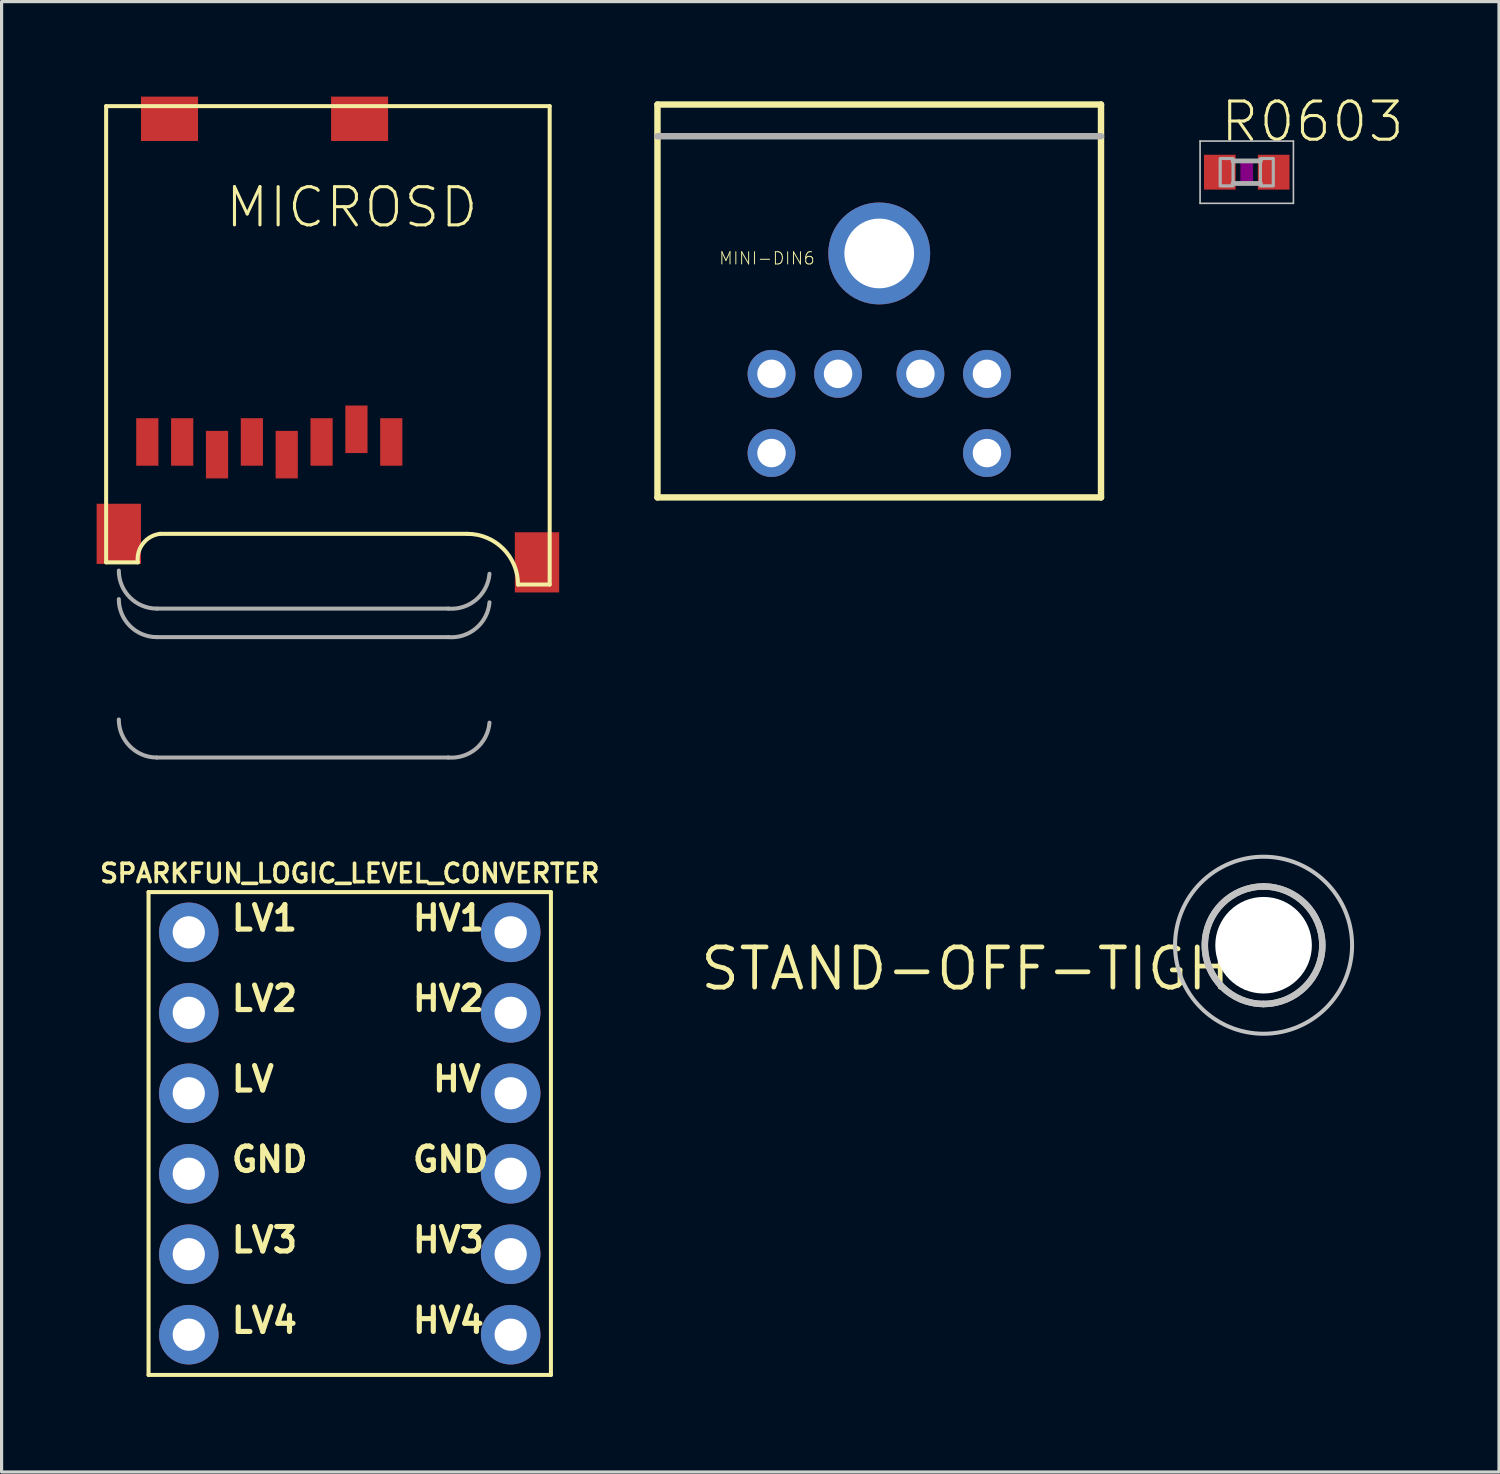
<source format=kicad_pcb>
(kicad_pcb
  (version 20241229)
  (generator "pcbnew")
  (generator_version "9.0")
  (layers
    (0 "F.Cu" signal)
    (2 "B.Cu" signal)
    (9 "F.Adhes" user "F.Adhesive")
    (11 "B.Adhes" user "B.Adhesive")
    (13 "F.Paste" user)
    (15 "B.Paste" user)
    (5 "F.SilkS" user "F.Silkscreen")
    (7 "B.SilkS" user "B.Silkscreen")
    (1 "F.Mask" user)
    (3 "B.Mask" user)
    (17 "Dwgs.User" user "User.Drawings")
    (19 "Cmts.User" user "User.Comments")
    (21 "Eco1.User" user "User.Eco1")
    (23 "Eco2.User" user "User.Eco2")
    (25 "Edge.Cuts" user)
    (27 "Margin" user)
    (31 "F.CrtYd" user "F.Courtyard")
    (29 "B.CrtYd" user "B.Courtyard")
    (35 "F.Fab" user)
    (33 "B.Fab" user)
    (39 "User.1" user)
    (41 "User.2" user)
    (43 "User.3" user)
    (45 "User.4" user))
  (footprint "SPARKFUN_LOGIC_LEVEL_CONVERTER"
    (layer "F.Cu")
    (at 7.989 32.728)
    (property "Reference" "SPARKFUN_LOGIC_LEVEL_CONVERTER" (at 0 -7.874 0) (layer "F.SilkS") (effects (font (size 0.579 0.579) (thickness 0.116)) (justify bottom)))
    (attr through_hole)
    (fp_line (start -6.35 -7.62) (end 6.35 -7.62) (stroke (width 0.127) (type solid)) (layer "F.SilkS"))
    (fp_line (start -6.35 7.62) (end -6.35 -7.62) (stroke (width 0.127) (type solid)) (layer "F.SilkS"))
    (fp_line (start 6.35 -7.62) (end 6.35 7.62) (stroke (width 0.127) (type solid)) (layer "F.SilkS"))
    (fp_line (start 6.35 7.62) (end -6.35 7.62) (stroke (width 0.127) (type solid)) (layer "F.SilkS"))
    (fp_text user "LV" (at -3.81 -1.27 0) (layer "F.SilkS") (effects (font (size 0.772 0.772) (thickness 0.163)) (justify left bottom)))
    (fp_text user "LV1" (at -3.81 -6.35 0) (layer "F.SilkS") (effects (font (size 0.772 0.772) (thickness 0.163)) (justify left bottom)))
    (fp_text user "GND" (at 1.905 1.27 0) (layer "F.SilkS") (effects (font (size 0.772 0.772) (thickness 0.163)) (justify left bottom)))
    (fp_text user "LV4" (at -3.81 6.35 0) (layer "F.SilkS") (effects (font (size 0.772 0.772) (thickness 0.163)) (justify left bottom)))
    (fp_text user "HV3" (at 1.905 3.81 0) (layer "F.SilkS") (effects (font (size 0.772 0.772) (thickness 0.163)) (justify left bottom)))
    (fp_text user "HV1" (at 1.905 -6.35 0) (layer "F.SilkS") (effects (font (size 0.772 0.772) (thickness 0.163)) (justify left bottom)))
    (fp_text user "HV" (at 2.54 -1.27 0) (layer "F.SilkS") (effects (font (size 0.772 0.772) (thickness 0.163)) (justify left bottom)))
    (fp_text user "GND" (at -3.81 1.27 0) (layer "F.SilkS") (effects (font (size 0.772 0.772) (thickness 0.163)) (justify left bottom)))
    (fp_text user "LV2" (at -3.81 -3.81 0) (layer "F.SilkS") (effects (font (size 0.772 0.772) (thickness 0.163)) (justify left bottom)))
    (fp_text user "HV2" (at 1.905 -3.81 0) (layer "F.SilkS") (effects (font (size 0.772 0.772) (thickness 0.163)) (justify left bottom)))
    (fp_text user "LV3" (at -3.81 3.81 0) (layer "F.SilkS") (effects (font (size 0.772 0.772) (thickness 0.163)) (justify left bottom)))
    (fp_text user "HV4" (at 1.905 6.35 0) (layer "F.SilkS") (effects (font (size 0.772 0.772) (thickness 0.163)) (justify left bottom)))
    (pad "GND1" thru_hole circle (at -5.08 1.27) (size 1.88 1.88) (drill 1.016) (layers "*.Cu" "*.Mask"))
    (pad "GND2" thru_hole circle (at 5.08 1.27) (size 1.88 1.88) (drill 1.016) (layers "*.Cu" "*.Mask"))
    (pad "HV" thru_hole circle (at 5.08 -1.27) (size 1.88 1.88) (drill 1.016) (layers "*.Cu" "*.Mask"))
    (pad "HV1" thru_hole circle (at 5.08 -6.35) (size 1.88 1.88) (drill 1.016) (layers "*.Cu" "*.Mask"))
    (pad "HV2" thru_hole circle (at 5.08 -3.81) (size 1.88 1.88) (drill 1.016) (layers "*.Cu" "*.Mask"))
    (pad "HV3" thru_hole circle (at 5.08 3.81) (size 1.88 1.88) (drill 1.016) (layers "*.Cu" "*.Mask"))
    (pad "HV4" thru_hole circle (at 5.08 6.35) (size 1.88 1.88) (drill 1.016) (layers "*.Cu" "*.Mask"))
    (pad "LV" thru_hole circle (at -5.08 -1.27) (size 1.88 1.88) (drill 1.016) (layers "*.Cu" "*.Mask"))
    (pad "LV1" thru_hole circle (at -5.08 -6.35) (size 1.88 1.88) (drill 1.016) (layers "*.Cu" "*.Mask"))
    (pad "LV2" thru_hole circle (at -5.08 -3.81) (size 1.88 1.88) (drill 1.016) (layers "*.Cu" "*.Mask"))
    (pad "LV3" thru_hole circle (at -5.08 3.81) (size 1.88 1.88) (drill 1.016) (layers "*.Cu" "*.Mask"))
    (pad "LV4" thru_hole circle (at -5.08 6.35) (size 1.88 1.88) (drill 1.016) (layers "*.Cu" "*.Mask")))
  (footprint "R0603"
    (layer "F.Cu")
    (at 36.302 2.385)
    (property "Reference" "R0603" (at -0.889 -0.889 180) (layer "F.SilkS") (effects (font (size 1.206 1.206) (thickness 0.097)) (justify left bottom)))
    (attr through_hole)
    (fp_poly (pts (xy -0.2 0.4) (xy 0.2 0.4) (xy 0.2 -0.4) (xy -0.2 -0.4)) (stroke (width 0) (type solid)) (fill yes) (layer "F.Adhes"))
    (fp_line (start -1.473 -0.983) (end 1.473 -0.983) (stroke (width 0.051) (type solid)) (layer "Dwgs.User"))
    (fp_line (start -1.473 0.983) (end -1.473 -0.983) (stroke (width 0.051) (type solid)) (layer "Dwgs.User"))
    (fp_line (start 1.473 -0.983) (end 1.473 0.983) (stroke (width 0.051) (type solid)) (layer "Dwgs.User"))
    (fp_line (start 1.473 0.983) (end -1.473 0.983) (stroke (width 0.051) (type solid)) (layer "Dwgs.User"))
    (fp_line (start -0.432 0.356) (end 0.432 0.356) (stroke (width 0.152) (type solid)) (layer "F.Fab"))
    (fp_line (start 0.432 -0.356) (end -0.432 -0.356) (stroke (width 0.152) (type solid)) (layer "F.Fab"))
    (fp_poly (pts (xy -0.838 0.432) (xy -0.432 0.432) (xy -0.432 -0.432) (xy -0.838 -0.432)) (stroke (width 0.1) (type solid)) (fill no) (layer "F.Fab"))
    (fp_poly (pts (xy 0.432 0.432) (xy 0.838 0.432) (xy 0.838 -0.432) (xy 0.432 -0.432)) (stroke (width 0.1) (type solid)) (fill no) (layer "F.Fab"))
    (pad "1" smd rect (at -0.85 0) (size 1 1.1) (layers "F.Cu" "F.Mask" "F.Paste"))
    (pad "2" smd rect (at 0.85 0) (size 1 1.1) (layers "F.Cu" "F.Mask" "F.Paste")))
  (footprint "MICROSD"
    (layer "F.Cu")
    (at 0.3 0.26)
    (property "Reference" "MICROSD" (at 3.7 3.94 180) (layer "F.SilkS") (effects (font (size 1.206 1.206) (thickness 0.097)) (justify left bottom)))
    (attr through_hole)
    (fp_line (start 0 0.04) (end 0 14.44) (stroke (width 0.127) (type solid)) (layer "F.SilkS"))
    (fp_line (start 0 14.44) (end 1 14.44) (stroke (width 0.127) (type solid)) (layer "F.SilkS"))
    (fp_line (start 1.7 13.54) (end 11.4 13.54) (stroke (width 0.127) (type solid)) (layer "F.SilkS"))
    (fp_line (start 13 15.14) (end 14 15.14) (stroke (width 0.127) (type solid)) (layer "F.SilkS"))
    (fp_line (start 14 0.04) (end 0 0.04) (stroke (width 0.127) (type solid)) (layer "F.SilkS"))
    (fp_line (start 14 15.14) (end 14 0.04) (stroke (width 0.127) (type solid)) (layer "F.SilkS"))
    (fp_arc (start 1 14.44) (mid 1.163604 13.845025) (end 1.7 13.54) (stroke (width 0.127) (type solid)) (layer "F.SilkS"))
    (fp_arc (start 11.4 13.54) (mid 12.531371 14.008629) (end 13 15.14) (stroke (width 0.127) (type solid)) (layer "F.SilkS"))
    (fp_line (start 1.6 15.9) (end 10.8 15.9) (stroke (width 0.127) (type solid)) (layer "F.Fab"))
    (fp_line (start 1.6 16.8) (end 10.8 16.8) (stroke (width 0.127) (type solid)) (layer "F.Fab"))
    (fp_line (start 1.6 20.6) (end 10.8 20.6) (stroke (width 0.127) (type solid)) (layer "F.Fab"))
    (fp_arc (start 1.6 15.9) (mid 0.751472 15.548528) (end 0.4 14.7) (stroke (width 0.127) (type solid)) (layer "F.Fab"))
    (fp_arc (start 1.6 16.8) (mid 0.751472 16.448528) (end 0.4 15.6) (stroke (width 0.127) (type solid)) (layer "F.Fab"))
    (fp_arc (start 1.6 20.6) (mid 0.751472 20.248528) (end 0.4 19.4) (stroke (width 0.127) (type solid)) (layer "F.Fab"))
    (fp_arc (start 12.1 14.8) (mid 11.677817 15.619239) (end 10.8 15.9) (stroke (width 0.127) (type solid)) (layer "F.Fab"))
    (fp_arc (start 12.1 15.7) (mid 11.677817 16.519239) (end 10.8 16.8) (stroke (width 0.127) (type solid)) (layer "F.Fab"))
    (fp_arc (start 12.1 19.5) (mid 11.677817 20.319239) (end 10.8 20.6) (stroke (width 0.127) (type solid)) (layer "F.Fab"))
    (pad "1" smd rect (at 9 10.64) (size 0.7 1.5) (layers "F.Cu" "F.Mask" "F.Paste"))
    (pad "2" smd rect (at 7.9 10.24) (size 0.7 1.5) (layers "F.Cu" "F.Mask" "F.Paste"))
    (pad "3" smd rect (at 6.8 10.64) (size 0.7 1.5) (layers "F.Cu" "F.Mask" "F.Paste"))
    (pad "4" smd rect (at 5.7 11.04) (size 0.7 1.5) (layers "F.Cu" "F.Mask" "F.Paste"))
    (pad "5" smd rect (at 4.6 10.64) (size 0.7 1.5) (layers "F.Cu" "F.Mask" "F.Paste"))
    (pad "6" smd rect (at 3.5 11.04) (size 0.7 1.5) (layers "F.Cu" "F.Mask" "F.Paste"))
    (pad "7" smd rect (at 2.4 10.64) (size 0.7 1.5) (layers "F.Cu" "F.Mask" "F.Paste"))
    (pad "8" smd rect (at 1.3 10.64) (size 0.7 1.5) (layers "F.Cu" "F.Mask" "F.Paste"))
    (pad "CD1" smd rect (at 2 0.44 90) (size 1.4 1.8) (layers "F.Cu" "F.Mask" "F.Paste"))
    (pad "CD2" smd rect (at 8 0.44 90) (size 1.4 1.8) (layers "F.Cu" "F.Mask" "F.Paste"))
    (pad "MT1" smd rect (at 0.4 13.54) (size 1.4 1.9) (layers "F.Cu" "F.Mask" "F.Paste"))
    (pad "MT2" smd rect (at 13.6 14.44) (size 1.4 1.9) (layers "F.Cu" "F.Mask" "F.Paste")))
  (footprint "MINI-DIN6"
    (layer "F.Cu")
    (at 24.702 0.25)
    (property "Reference" "MINI-DIN6" (at -5.08 5.08 0) (layer "F.SilkS") (effects (font (size 0.386 0.386) (thickness 0.031)) (justify left bottom)))
    (attr through_hole)
    (fp_line (start -7 0) (end -7 12.4) (stroke (width 0.203) (type solid)) (layer "F.SilkS"))
    (fp_line (start -7 0) (end 7 0) (stroke (width 0.203) (type solid)) (layer "F.SilkS"))
    (fp_line (start -7 12.4) (end 7 12.4) (stroke (width 0.203) (type solid)) (layer "F.SilkS"))
    (fp_line (start 7 0) (end 7 12.4) (stroke (width 0.203) (type solid)) (layer "F.SilkS"))
    (fp_line (start -7 1) (end 7 1) (stroke (width 0.203) (type solid)) (layer "F.Fab"))
    (pad "1" thru_hole circle (at -1.3 8.5) (size 1.51 1.51) (drill 0.9) (layers "*.Cu" "*.Mask"))
    (pad "2" thru_hole circle (at 1.3 8.5) (size 1.51 1.51) (drill 0.9) (layers "*.Cu" "*.Mask"))
    (pad "3" thru_hole circle (at -3.4 8.5) (size 1.51 1.51) (drill 0.9) (layers "*.Cu" "*.Mask"))
    (pad "4" thru_hole circle (at 3.4 8.5) (size 1.51 1.51) (drill 0.9) (layers "*.Cu" "*.Mask"))
    (pad "5" thru_hole circle (at -3.4 11) (size 1.51 1.51) (drill 0.9) (layers "*.Cu" "*.Mask"))
    (pad "6" thru_hole circle (at 3.4 11) (size 1.51 1.51) (drill 0.9) (layers "*.Cu" "*.Mask"))
    (pad "P$1" thru_hole circle (at 0 4.7) (size 3.216 3.216) (drill 2.2) (layers "*.Cu" "*.Mask")))
  (footprint "STAND-OFF-TIGHT"
    (layer "F.Cu")
    (at 36.833 26.785)
    (property "Reference" "STAND-OFF-TIGHT" (at 0 0 0) (layer "F.SilkS") (effects (font (size 1.27 1.27) (thickness 0.15)) (justify right top)))
    (attr through_hole)
    (fp_arc (start 0 -1.8542) (mid 1.8542 0) (end 0 1.8542) (stroke (width 0.2032) (type solid)) (layer "Dwgs.User"))
    (fp_arc (start 0 -1.8542) (mid 1.8542 0) (end 0 1.8542) (stroke (width 0.2032) (type solid)) (layer "Dwgs.User"))
    (fp_arc (start 0 1.8542) (mid -1.8542 0) (end 0 -1.8542) (stroke (width 0.2032) (type solid)) (layer "Dwgs.User"))
    (fp_arc (start 0 1.8542) (mid -1.8542 0) (end 0 -1.8542) (stroke (width 0.2032) (type solid)) (layer "Dwgs.User"))
    (fp_circle (center 0 0) (end 2.794 0) (stroke (width 0.127) (type solid)) (fill no) (layer "Dwgs.User"))
    (pad "" np_thru_hole circle (at 0 0) (size 3.048 3.048) (drill 3.048) (layers "*.Cu" "*.Mask")))
  (gr_rect
    (start -3 -3)
    (end 44.264 43.412)
    (stroke (width 0.1) (type default))
    (fill no)
    (layer "Edge.Cuts")))
</source>
